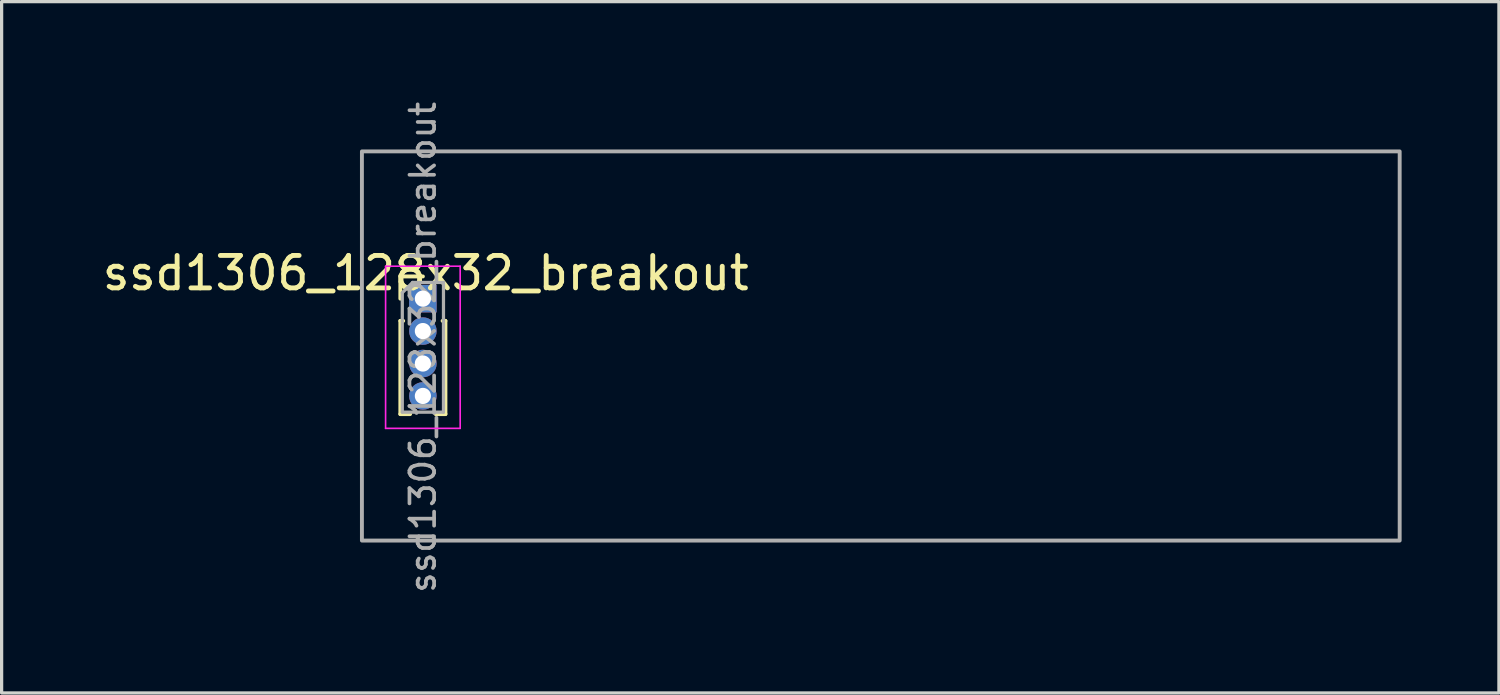
<source format=kicad_pcb>
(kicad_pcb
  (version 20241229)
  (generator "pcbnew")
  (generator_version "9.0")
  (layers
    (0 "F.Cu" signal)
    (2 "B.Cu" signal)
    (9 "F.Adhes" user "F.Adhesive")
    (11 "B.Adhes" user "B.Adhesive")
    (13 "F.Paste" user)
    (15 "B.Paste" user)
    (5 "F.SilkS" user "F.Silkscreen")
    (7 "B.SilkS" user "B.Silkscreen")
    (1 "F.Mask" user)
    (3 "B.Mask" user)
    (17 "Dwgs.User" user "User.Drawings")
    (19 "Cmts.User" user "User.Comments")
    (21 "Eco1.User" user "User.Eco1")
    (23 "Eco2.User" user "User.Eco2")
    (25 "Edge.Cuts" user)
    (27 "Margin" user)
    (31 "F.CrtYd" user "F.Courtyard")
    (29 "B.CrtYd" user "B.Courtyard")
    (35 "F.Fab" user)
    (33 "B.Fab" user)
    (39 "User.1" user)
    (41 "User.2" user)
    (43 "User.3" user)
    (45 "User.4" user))
  (footprint "ssd1306_128x32_breakout"
    (layer "F.Cu")
    (at 8.11 1.619)
    (property "Reference" "ssd1306_128x32_breakout" (at 1.968 3.753 0) (layer "F.SilkS") (effects (font (size 1 1) (thickness 0.15))))
    (attr through_hole)
    (fp_line (start 1.185 3.855) (end 1.88 3.855) (stroke (width 0.12) (type solid)) (layer "F.SilkS"))
    (fp_line (start 1.185 4.54) (end 1.185 3.855) (stroke (width 0.12) (type solid)) (layer "F.SilkS"))
    (fp_line (start 1.185 5.225) (end 1.185 8.1) (stroke (width 0.12) (type solid)) (layer "F.SilkS"))
    (fp_line (start 1.185 5.225) (end 1.272 5.225) (stroke (width 0.12) (type solid)) (layer "F.SilkS"))
    (fp_line (start 1.185 8.1) (end 1.486 8.1) (stroke (width 0.12) (type solid)) (layer "F.SilkS"))
    (fp_line (start 2.274 8.1) (end 2.575 8.1) (stroke (width 0.12) (type solid)) (layer "F.SilkS"))
    (fp_line (start 2.488 5.225) (end 2.575 5.225) (stroke (width 0.12) (type solid)) (layer "F.SilkS"))
    (fp_line (start 2.575 5.225) (end 2.575 8.1) (stroke (width 0.12) (type solid)) (layer "F.SilkS"))
    (fp_line (start 0.73 3.54) (end 0.73 8.54) (stroke (width 0.05) (type solid)) (layer "F.CrtYd"))
    (fp_line (start 0.73 8.54) (end 3.03 8.54) (stroke (width 0.05) (type solid)) (layer "F.CrtYd"))
    (fp_line (start 3.03 3.54) (end 0.73 3.54) (stroke (width 0.05) (type solid)) (layer "F.CrtYd"))
    (fp_line (start 3.03 8.54) (end 3.03 3.54) (stroke (width 0.05) (type solid)) (layer "F.CrtYd"))
    (fp_line (start 1.245 4.357) (end 1.562 4.04) (stroke (width 0.1) (type solid)) (layer "F.Fab"))
    (fp_line (start 1.245 8.04) (end 1.245 4.357) (stroke (width 0.1) (type solid)) (layer "F.Fab"))
    (fp_line (start 1.562 4.04) (end 2.515 4.04) (stroke (width 0.1) (type solid)) (layer "F.Fab"))
    (fp_line (start 2.515 4.04) (end 2.515 8.04) (stroke (width 0.1) (type solid)) (layer "F.Fab"))
    (fp_line (start 2.515 8.04) (end 1.245 8.04) (stroke (width 0.1) (type solid)) (layer "F.Fab"))
    (fp_rect (start 0 0) (end 32 12) (stroke (width 0.12) (type solid)) (fill no) (layer "F.Fab"))
    (fp_text user "${REFERENCE}" (at 1.88 6.04 90) (layer "F.Fab") (effects (font (size 0.76 0.76) (thickness 0.114))))
    (pad "1" thru_hole rect (at 1.88 4.54) (size 0.85 0.85) (drill 0.5) (layers "*.Cu" "*.Mask"))
    (pad "2" thru_hole oval (at 1.88 5.54) (size 0.85 0.85) (drill 0.5) (layers "*.Cu" "*.Mask"))
    (pad "3" thru_hole oval (at 1.88 6.54) (size 0.85 0.85) (drill 0.5) (layers "*.Cu" "*.Mask"))
    (pad "4" thru_hole oval (at 1.88 7.54) (size 0.85 0.85) (drill 0.5) (layers "*.Cu" "*.Mask")))
  (gr_rect
    (start -3 -3)
    (end 43.17 18.318)
    (stroke (width 0.1) (type default))
    (fill no)
    (layer "Edge.Cuts")))
</source>
